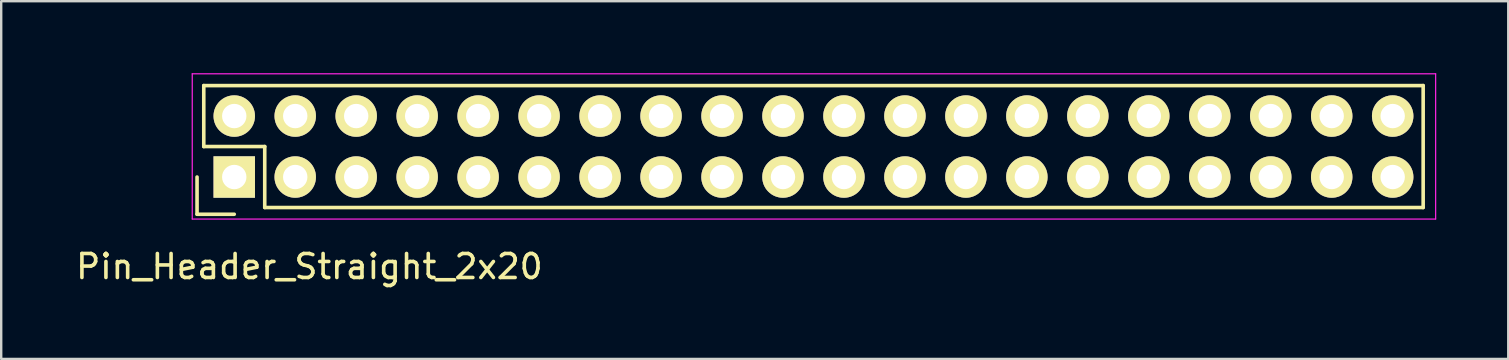
<source format=kicad_pcb>
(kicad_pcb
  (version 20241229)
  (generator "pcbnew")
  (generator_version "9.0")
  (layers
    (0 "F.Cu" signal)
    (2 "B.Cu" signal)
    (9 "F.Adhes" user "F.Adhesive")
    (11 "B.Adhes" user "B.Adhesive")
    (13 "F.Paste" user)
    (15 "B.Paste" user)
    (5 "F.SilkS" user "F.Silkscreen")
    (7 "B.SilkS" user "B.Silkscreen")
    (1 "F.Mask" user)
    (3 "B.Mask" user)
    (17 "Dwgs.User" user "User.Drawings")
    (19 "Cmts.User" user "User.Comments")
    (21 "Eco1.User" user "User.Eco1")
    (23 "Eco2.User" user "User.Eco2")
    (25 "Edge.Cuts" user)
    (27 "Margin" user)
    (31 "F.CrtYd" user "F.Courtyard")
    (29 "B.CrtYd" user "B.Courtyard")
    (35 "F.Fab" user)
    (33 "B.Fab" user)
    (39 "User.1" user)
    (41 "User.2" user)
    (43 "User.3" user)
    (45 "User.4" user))
  (footprint "Pin_Header_Straight_2x20"
    (layer "F.Cu")
    (at 30.839 3.055)
    (property "Reference" "Pin_Header_Straight_2x20" (at -21 5 180) (layer "F.SilkS") (effects (font (size 1 1) (thickness 0.15))))
    (attr through_hole)
    (fp_line (start -25.68 1.27) (end -25.68 2.82) (stroke (width 0.15) (type solid)) (layer "F.SilkS"))
    (fp_line (start -25.68 2.82) (end -24.13 2.82) (stroke (width 0.15) (type solid)) (layer "F.SilkS"))
    (fp_line (start -25.4 -2.54) (end -25.4 0) (stroke (width 0.15) (type solid)) (layer "F.SilkS"))
    (fp_line (start -25.4 0) (end -22.86 0) (stroke (width 0.15) (type solid)) (layer "F.SilkS"))
    (fp_line (start -22.86 0) (end -22.86 2.54) (stroke (width 0.15) (type solid)) (layer "F.SilkS"))
    (fp_line (start -22.86 2.54) (end 25.4 2.54) (stroke (width 0.15) (type solid)) (layer "F.SilkS"))
    (fp_line (start 25.4 -2.54) (end -25.4 -2.54) (stroke (width 0.15) (type solid)) (layer "F.SilkS"))
    (fp_line (start 25.4 -2.54) (end 25.4 2.54) (stroke (width 0.15) (type solid)) (layer "F.SilkS"))
    (fp_line (start -25.88 -3.03) (end 25.92 -3.03) (stroke (width 0.05) (type solid)) (layer "F.CrtYd"))
    (fp_line (start -25.88 3.02) (end -25.88 -3.03) (stroke (width 0.05) (type solid)) (layer "F.CrtYd"))
    (fp_line (start -25.88 3.02) (end 25.92 3.02) (stroke (width 0.05) (type solid)) (layer "F.CrtYd"))
    (fp_line (start 25.92 3.02) (end 25.92 -3.03) (stroke (width 0.05) (type solid)) (layer "F.CrtYd"))
    (pad "1" thru_hole rect (at -24.13 1.27 90) (size 1.727 1.727) (drill 1.016) (layers "*.Cu" "*.Mask" "F.SilkS"))
    (pad "2" thru_hole oval (at -24.13 -1.27 90) (size 1.727 1.727) (drill 1.016) (layers "*.Cu" "*.Mask" "F.SilkS"))
    (pad "3" thru_hole oval (at -21.59 1.27 90) (size 1.727 1.727) (drill 1.016) (layers "*.Cu" "*.Mask" "F.SilkS"))
    (pad "4" thru_hole oval (at -21.59 -1.27 90) (size 1.727 1.727) (drill 1.016) (layers "*.Cu" "*.Mask" "F.SilkS"))
    (pad "5" thru_hole oval (at -19.05 1.27 90) (size 1.727 1.727) (drill 1.016) (layers "*.Cu" "*.Mask" "F.SilkS"))
    (pad "6" thru_hole oval (at -19.05 -1.27 90) (size 1.727 1.727) (drill 1.016) (layers "*.Cu" "*.Mask" "F.SilkS"))
    (pad "7" thru_hole oval (at -16.51 1.27 90) (size 1.727 1.727) (drill 1.016) (layers "*.Cu" "*.Mask" "F.SilkS"))
    (pad "8" thru_hole oval (at -16.51 -1.27 90) (size 1.727 1.727) (drill 1.016) (layers "*.Cu" "*.Mask" "F.SilkS"))
    (pad "9" thru_hole oval (at -13.97 1.27 90) (size 1.727 1.727) (drill 1.016) (layers "*.Cu" "*.Mask" "F.SilkS"))
    (pad "10" thru_hole oval (at -13.97 -1.27 90) (size 1.727 1.727) (drill 1.016) (layers "*.Cu" "*.Mask" "F.SilkS"))
    (pad "11" thru_hole oval (at -11.43 1.27 90) (size 1.727 1.727) (drill 1.016) (layers "*.Cu" "*.Mask" "F.SilkS"))
    (pad "12" thru_hole oval (at -11.43 -1.27 90) (size 1.727 1.727) (drill 1.016) (layers "*.Cu" "*.Mask" "F.SilkS"))
    (pad "13" thru_hole oval (at -8.89 1.27 90) (size 1.727 1.727) (drill 1.016) (layers "*.Cu" "*.Mask" "F.SilkS"))
    (pad "14" thru_hole oval (at -8.89 -1.27 90) (size 1.727 1.727) (drill 1.016) (layers "*.Cu" "*.Mask" "F.SilkS"))
    (pad "15" thru_hole oval (at -6.35 1.27 90) (size 1.727 1.727) (drill 1.016) (layers "*.Cu" "*.Mask" "F.SilkS"))
    (pad "16" thru_hole oval (at -6.35 -1.27 90) (size 1.727 1.727) (drill 1.016) (layers "*.Cu" "*.Mask" "F.SilkS"))
    (pad "17" thru_hole oval (at -3.81 1.27 90) (size 1.727 1.727) (drill 1.016) (layers "*.Cu" "*.Mask" "F.SilkS"))
    (pad "18" thru_hole oval (at -3.81 -1.27 90) (size 1.727 1.727) (drill 1.016) (layers "*.Cu" "*.Mask" "F.SilkS"))
    (pad "19" thru_hole oval (at -1.27 1.27 90) (size 1.727 1.727) (drill 1.016) (layers "*.Cu" "*.Mask" "F.SilkS"))
    (pad "20" thru_hole oval (at -1.27 -1.27 90) (size 1.727 1.727) (drill 1.016) (layers "*.Cu" "*.Mask" "F.SilkS"))
    (pad "21" thru_hole oval (at 1.27 1.27 90) (size 1.727 1.727) (drill 1.016) (layers "*.Cu" "*.Mask" "F.SilkS"))
    (pad "22" thru_hole oval (at 1.27 -1.27 90) (size 1.727 1.727) (drill 1.016) (layers "*.Cu" "*.Mask" "F.SilkS"))
    (pad "23" thru_hole oval (at 3.81 1.27 90) (size 1.727 1.727) (drill 1.016) (layers "*.Cu" "*.Mask" "F.SilkS"))
    (pad "24" thru_hole oval (at 3.81 -1.27 90) (size 1.727 1.727) (drill 1.016) (layers "*.Cu" "*.Mask" "F.SilkS"))
    (pad "25" thru_hole oval (at 6.35 1.27 90) (size 1.727 1.727) (drill 1.016) (layers "*.Cu" "*.Mask" "F.SilkS"))
    (pad "26" thru_hole oval (at 6.35 -1.27 90) (size 1.727 1.727) (drill 1.016) (layers "*.Cu" "*.Mask" "F.SilkS"))
    (pad "27" thru_hole oval (at 8.89 1.27 90) (size 1.727 1.727) (drill 1.016) (layers "*.Cu" "*.Mask" "F.SilkS"))
    (pad "28" thru_hole oval (at 8.89 -1.27 90) (size 1.727 1.727) (drill 1.016) (layers "*.Cu" "*.Mask" "F.SilkS"))
    (pad "29" thru_hole oval (at 11.43 1.27 90) (size 1.727 1.727) (drill 1.016) (layers "*.Cu" "*.Mask" "F.SilkS"))
    (pad "30" thru_hole oval (at 11.43 -1.27 90) (size 1.727 1.727) (drill 1.016) (layers "*.Cu" "*.Mask" "F.SilkS"))
    (pad "31" thru_hole oval (at 13.97 1.27 90) (size 1.727 1.727) (drill 1.016) (layers "*.Cu" "*.Mask" "F.SilkS"))
    (pad "32" thru_hole oval (at 13.97 -1.27 90) (size 1.727 1.727) (drill 1.016) (layers "*.Cu" "*.Mask" "F.SilkS"))
    (pad "33" thru_hole oval (at 16.51 1.27 90) (size 1.727 1.727) (drill 1.016) (layers "*.Cu" "*.Mask" "F.SilkS"))
    (pad "34" thru_hole oval (at 16.51 -1.27 90) (size 1.727 1.727) (drill 1.016) (layers "*.Cu" "*.Mask" "F.SilkS"))
    (pad "35" thru_hole oval (at 19.05 1.27 90) (size 1.727 1.727) (drill 1.016) (layers "*.Cu" "*.Mask" "F.SilkS"))
    (pad "36" thru_hole oval (at 19.05 -1.27 90) (size 1.727 1.727) (drill 1.016) (layers "*.Cu" "*.Mask" "F.SilkS"))
    (pad "37" thru_hole oval (at 21.59 1.27 90) (size 1.727 1.727) (drill 1.016) (layers "*.Cu" "*.Mask" "F.SilkS"))
    (pad "38" thru_hole oval (at 21.59 -1.27 90) (size 1.727 1.727) (drill 1.016) (layers "*.Cu" "*.Mask" "F.SilkS"))
    (pad "39" thru_hole oval (at 24.13 1.27 90) (size 1.727 1.727) (drill 1.016) (layers "*.Cu" "*.Mask" "F.SilkS"))
    (pad "40" thru_hole oval (at 24.13 -1.27 90) (size 1.727 1.727) (drill 1.016) (layers "*.Cu" "*.Mask" "F.SilkS")))
  (gr_rect
    (start -3 -3)
    (end 59.784 11.903)
    (stroke (width 0.1) (type default))
    (fill no)
    (layer "Edge.Cuts")))
</source>
